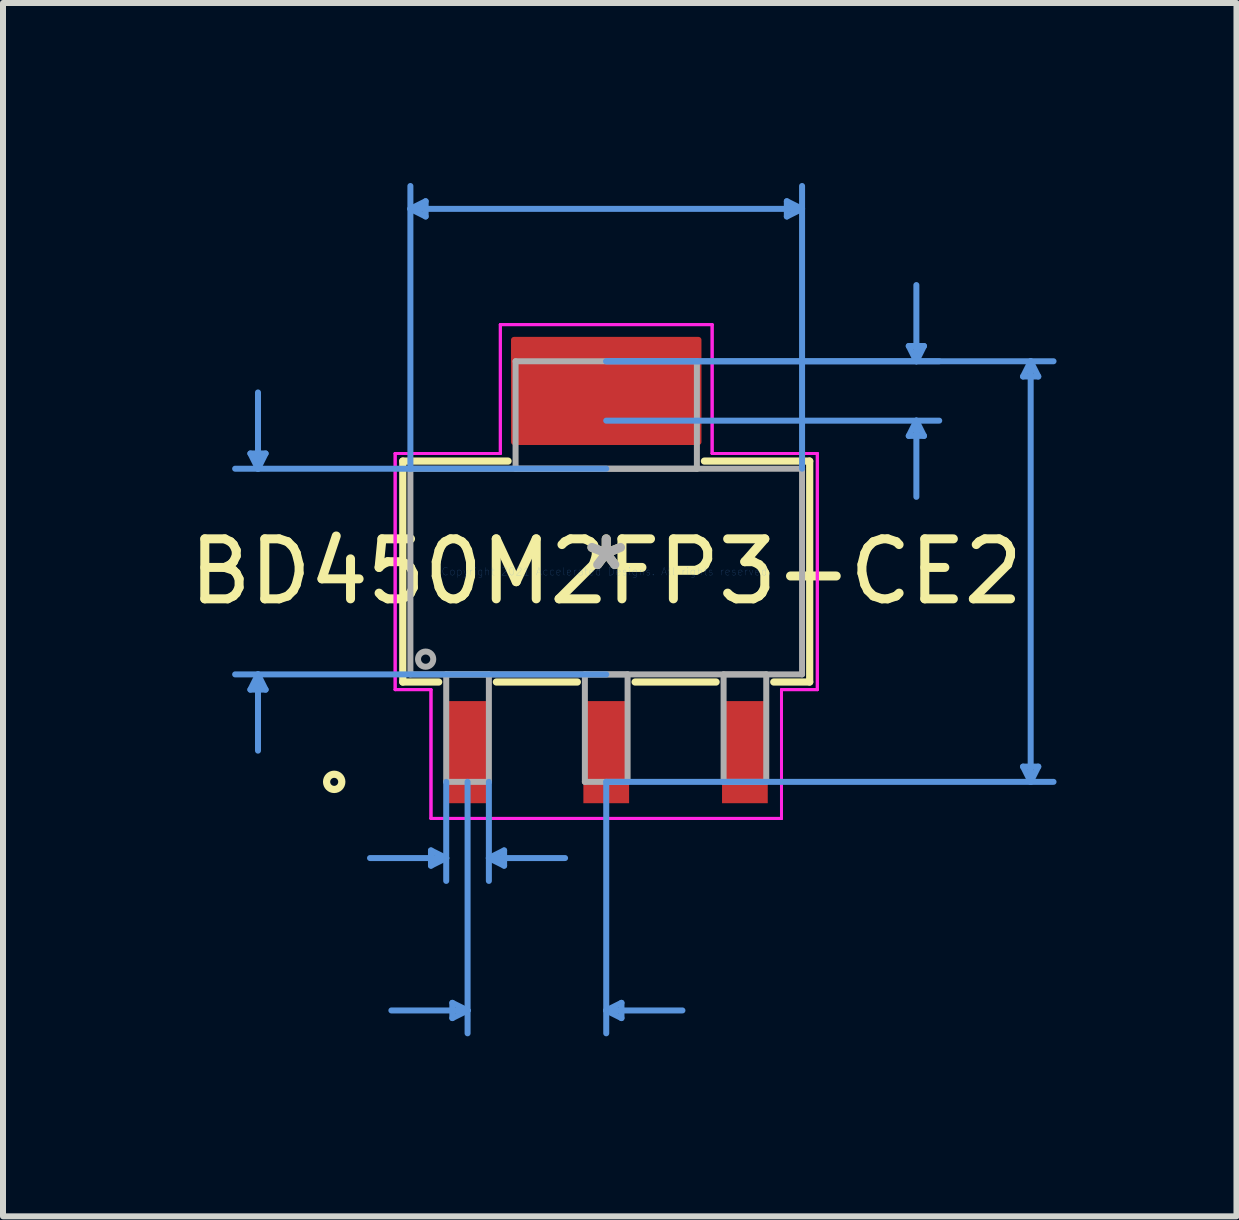
<source format=kicad_pcb>
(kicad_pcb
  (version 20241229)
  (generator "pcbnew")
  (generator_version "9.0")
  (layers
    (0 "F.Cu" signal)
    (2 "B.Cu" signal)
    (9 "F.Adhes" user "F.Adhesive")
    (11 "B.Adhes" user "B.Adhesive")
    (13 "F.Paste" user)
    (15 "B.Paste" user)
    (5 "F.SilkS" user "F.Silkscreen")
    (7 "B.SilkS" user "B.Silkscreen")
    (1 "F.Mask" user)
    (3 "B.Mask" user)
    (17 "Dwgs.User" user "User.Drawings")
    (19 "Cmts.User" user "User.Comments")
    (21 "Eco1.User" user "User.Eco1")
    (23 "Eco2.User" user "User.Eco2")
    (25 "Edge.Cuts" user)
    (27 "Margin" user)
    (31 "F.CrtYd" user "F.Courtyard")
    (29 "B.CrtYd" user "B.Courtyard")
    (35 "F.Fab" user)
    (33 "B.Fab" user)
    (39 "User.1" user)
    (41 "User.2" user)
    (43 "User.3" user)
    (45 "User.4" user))
  (footprint "BD450M2FP3-CE2"
    (layer "F.Cu")
    (at 7.054 6.476)
    (property "Reference" "BD450M2FP3-CE2" (at 0 0 0) (layer "F.SilkS") (effects (font (size 1 1) (thickness 0.15))))
    (attr through_hole)
    (fp_poly (pts (xy 1.537 -3.861) (xy -1.537 -3.861) (xy -1.537 -2.159) (xy 1.537 -2.159)) (stroke (width 0.1) (type solid)) (fill yes) (layer "F.Cu"))
    (fp_poly (pts (xy 1.562 -4.216) (xy -1.562 -4.216) (xy -1.562 -1.803) (xy 1.562 -1.803)) (stroke (width 0.1) (type solid)) (fill yes) (layer "F.Mask"))
    (fp_line (start -3.391 -1.841) (end -3.391 1.841) (stroke (width 0.12) (type solid)) (layer "F.SilkS"))
    (fp_line (start -3.391 1.841) (end -2.792 1.841) (stroke (width 0.12) (type solid)) (layer "F.SilkS"))
    (fp_line (start -1.831 1.841) (end -0.481 1.841) (stroke (width 0.12) (type solid)) (layer "F.SilkS"))
    (fp_line (start -1.636 -1.841) (end -3.391 -1.841) (stroke (width 0.12) (type solid)) (layer "F.SilkS"))
    (fp_line (start 0.481 1.841) (end 1.831 1.841) (stroke (width 0.12) (type solid)) (layer "F.SilkS"))
    (fp_line (start 2.792 1.841) (end 3.391 1.841) (stroke (width 0.12) (type solid)) (layer "F.SilkS"))
    (fp_line (start 3.391 -1.841) (end 1.636 -1.841) (stroke (width 0.12) (type solid)) (layer "F.SilkS"))
    (fp_line (start 3.391 1.841) (end 3.391 -1.841) (stroke (width 0.12) (type solid)) (layer "F.SilkS"))
    (fp_circle (center -4.534 3.505) (end -4.407 3.505) (stroke (width 0.12) (type solid)) (fill no) (layer "F.SilkS"))
    (fp_poly (pts (xy 1.537 -3.861) (xy -1.537 -3.861) (xy -1.537 -2.159) (xy 1.537 -2.159)) (stroke (width 0.1) (type solid)) (fill yes) (layer "F.Paste"))
    (fp_line (start -5.931 -1.968) (end -5.677 -1.968) (stroke (width 0.1) (type solid)) (layer "Cmts.User"))
    (fp_line (start -5.931 1.968) (end -5.677 1.968) (stroke (width 0.1) (type solid)) (layer "Cmts.User"))
    (fp_line (start -5.804 -1.714) (end -5.931 -1.968) (stroke (width 0.1) (type solid)) (layer "Cmts.User"))
    (fp_line (start -5.804 -1.714) (end -5.804 -2.985) (stroke (width 0.1) (type solid)) (layer "Cmts.User"))
    (fp_line (start -5.804 -1.714) (end -5.677 -1.968) (stroke (width 0.1) (type solid)) (layer "Cmts.User"))
    (fp_line (start -5.804 1.714) (end -5.931 1.968) (stroke (width 0.1) (type solid)) (layer "Cmts.User"))
    (fp_line (start -5.804 1.714) (end -5.804 2.985) (stroke (width 0.1) (type solid)) (layer "Cmts.User"))
    (fp_line (start -5.804 1.714) (end -5.677 1.968) (stroke (width 0.1) (type solid)) (layer "Cmts.User"))
    (fp_line (start -3.264 -6.045) (end -3.01 -6.172) (stroke (width 0.1) (type solid)) (layer "Cmts.User"))
    (fp_line (start -3.264 -6.045) (end -3.01 -5.918) (stroke (width 0.1) (type solid)) (layer "Cmts.User"))
    (fp_line (start -3.264 -6.045) (end 3.264 -6.045) (stroke (width 0.1) (type solid)) (layer "Cmts.User"))
    (fp_line (start -3.264 -1.714) (end -3.264 -6.426) (stroke (width 0.1) (type solid)) (layer "Cmts.User"))
    (fp_line (start -3.01 -6.172) (end -3.01 -5.918) (stroke (width 0.1) (type solid)) (layer "Cmts.User"))
    (fp_line (start -2.921 4.648) (end -2.921 4.902) (stroke (width 0.1) (type solid)) (layer "Cmts.User"))
    (fp_line (start -2.667 3.505) (end -2.667 5.156) (stroke (width 0.1) (type solid)) (layer "Cmts.User"))
    (fp_line (start -2.667 4.775) (end -3.937 4.775) (stroke (width 0.1) (type solid)) (layer "Cmts.User"))
    (fp_line (start -2.667 4.775) (end -2.921 4.648) (stroke (width 0.1) (type solid)) (layer "Cmts.User"))
    (fp_line (start -2.667 4.775) (end -2.921 4.902) (stroke (width 0.1) (type solid)) (layer "Cmts.User"))
    (fp_line (start -2.565 7.188) (end -2.565 7.442) (stroke (width 0.1) (type solid)) (layer "Cmts.User"))
    (fp_line (start -2.311 3.505) (end -2.311 7.696) (stroke (width 0.1) (type solid)) (layer "Cmts.User"))
    (fp_line (start -2.311 7.315) (end -3.581 7.315) (stroke (width 0.1) (type solid)) (layer "Cmts.User"))
    (fp_line (start -2.311 7.315) (end -2.565 7.188) (stroke (width 0.1) (type solid)) (layer "Cmts.User"))
    (fp_line (start -2.311 7.315) (end -2.565 7.442) (stroke (width 0.1) (type solid)) (layer "Cmts.User"))
    (fp_line (start -1.956 3.505) (end -1.956 5.156) (stroke (width 0.1) (type solid)) (layer "Cmts.User"))
    (fp_line (start -1.956 4.775) (end -1.702 4.648) (stroke (width 0.1) (type solid)) (layer "Cmts.User"))
    (fp_line (start -1.956 4.775) (end -1.702 4.902) (stroke (width 0.1) (type solid)) (layer "Cmts.User"))
    (fp_line (start -1.956 4.775) (end -0.686 4.775) (stroke (width 0.1) (type solid)) (layer "Cmts.User"))
    (fp_line (start -1.702 4.648) (end -1.702 4.902) (stroke (width 0.1) (type solid)) (layer "Cmts.User"))
    (fp_line (start 0 -3.505) (end 5.55 -3.505) (stroke (width 0.1) (type solid)) (layer "Cmts.User"))
    (fp_line (start 0 -3.505) (end 7.455 -3.505) (stroke (width 0.1) (type solid)) (layer "Cmts.User"))
    (fp_line (start 0 -2.515) (end 5.55 -2.515) (stroke (width 0.1) (type solid)) (layer "Cmts.User"))
    (fp_line (start 0 -1.714) (end -6.185 -1.714) (stroke (width 0.1) (type solid)) (layer "Cmts.User"))
    (fp_line (start 0 1.714) (end -6.185 1.714) (stroke (width 0.1) (type solid)) (layer "Cmts.User"))
    (fp_line (start 0 3.505) (end 0 7.696) (stroke (width 0.1) (type solid)) (layer "Cmts.User"))
    (fp_line (start 0 3.505) (end 7.455 3.505) (stroke (width 0.1) (type solid)) (layer "Cmts.User"))
    (fp_line (start 0 7.315) (end 0.254 7.188) (stroke (width 0.1) (type solid)) (layer "Cmts.User"))
    (fp_line (start 0 7.315) (end 0.254 7.442) (stroke (width 0.1) (type solid)) (layer "Cmts.User"))
    (fp_line (start 0 7.315) (end 1.27 7.315) (stroke (width 0.1) (type solid)) (layer "Cmts.User"))
    (fp_line (start 0.254 7.188) (end 0.254 7.442) (stroke (width 0.1) (type solid)) (layer "Cmts.User"))
    (fp_line (start 3.01 -6.172) (end 3.01 -5.918) (stroke (width 0.1) (type solid)) (layer "Cmts.User"))
    (fp_line (start 3.264 -6.045) (end 3.01 -6.172) (stroke (width 0.1) (type solid)) (layer "Cmts.User"))
    (fp_line (start 3.264 -6.045) (end 3.01 -5.918) (stroke (width 0.1) (type solid)) (layer "Cmts.User"))
    (fp_line (start 3.264 -1.714) (end 3.264 -6.426) (stroke (width 0.1) (type solid)) (layer "Cmts.User"))
    (fp_line (start 5.042 -3.759) (end 5.296 -3.759) (stroke (width 0.1) (type solid)) (layer "Cmts.User"))
    (fp_line (start 5.042 -2.261) (end 5.296 -2.261) (stroke (width 0.1) (type solid)) (layer "Cmts.User"))
    (fp_line (start 5.169 -3.505) (end 5.042 -3.759) (stroke (width 0.1) (type solid)) (layer "Cmts.User"))
    (fp_line (start 5.169 -3.505) (end 5.169 -4.775) (stroke (width 0.1) (type solid)) (layer "Cmts.User"))
    (fp_line (start 5.169 -3.505) (end 5.296 -3.759) (stroke (width 0.1) (type solid)) (layer "Cmts.User"))
    (fp_line (start 5.169 -2.515) (end 5.042 -2.261) (stroke (width 0.1) (type solid)) (layer "Cmts.User"))
    (fp_line (start 5.169 -2.515) (end 5.169 -1.245) (stroke (width 0.1) (type solid)) (layer "Cmts.User"))
    (fp_line (start 5.169 -2.515) (end 5.296 -2.261) (stroke (width 0.1) (type solid)) (layer "Cmts.User"))
    (fp_line (start 6.947 -3.251) (end 7.201 -3.251) (stroke (width 0.1) (type solid)) (layer "Cmts.User"))
    (fp_line (start 6.947 3.251) (end 7.201 3.251) (stroke (width 0.1) (type solid)) (layer "Cmts.User"))
    (fp_line (start 7.074 -3.505) (end 6.947 -3.251) (stroke (width 0.1) (type solid)) (layer "Cmts.User"))
    (fp_line (start 7.074 -3.505) (end 7.074 3.505) (stroke (width 0.1) (type solid)) (layer "Cmts.User"))
    (fp_line (start 7.074 -3.505) (end 7.201 -3.251) (stroke (width 0.1) (type solid)) (layer "Cmts.User"))
    (fp_line (start 7.074 3.505) (end 6.947 3.251) (stroke (width 0.1) (type solid)) (layer "Cmts.User"))
    (fp_line (start 7.074 3.505) (end 7.201 3.251) (stroke (width 0.1) (type solid)) (layer "Cmts.User"))
    (fp_line (start -3.518 -1.968) (end -1.765 -1.968) (stroke (width 0.05) (type solid)) (layer "F.CrtYd"))
    (fp_line (start -3.518 -1.968) (end -1.765 -1.968) (stroke (width 0.05) (type solid)) (layer "F.CrtYd"))
    (fp_line (start -3.518 1.968) (end -3.518 -1.968) (stroke (width 0.05) (type solid)) (layer "F.CrtYd"))
    (fp_line (start -3.518 1.968) (end -3.518 -1.968) (stroke (width 0.05) (type solid)) (layer "F.CrtYd"))
    (fp_line (start -2.921 1.968) (end -3.518 1.968) (stroke (width 0.05) (type solid)) (layer "F.CrtYd"))
    (fp_line (start -2.921 1.968) (end -3.518 1.968) (stroke (width 0.05) (type solid)) (layer "F.CrtYd"))
    (fp_line (start -2.921 4.115) (end -2.921 1.968) (stroke (width 0.05) (type solid)) (layer "F.CrtYd"))
    (fp_line (start -2.921 4.115) (end -2.921 1.968) (stroke (width 0.05) (type solid)) (layer "F.CrtYd"))
    (fp_line (start -1.765 -4.115) (end 1.765 -4.115) (stroke (width 0.05) (type solid)) (layer "F.CrtYd"))
    (fp_line (start -1.765 -4.115) (end 1.765 -4.115) (stroke (width 0.05) (type solid)) (layer "F.CrtYd"))
    (fp_line (start -1.765 -1.968) (end -1.765 -4.115) (stroke (width 0.05) (type solid)) (layer "F.CrtYd"))
    (fp_line (start -1.765 -1.968) (end -1.765 -4.115) (stroke (width 0.05) (type solid)) (layer "F.CrtYd"))
    (fp_line (start 1.765 -4.115) (end 1.765 -1.968) (stroke (width 0.05) (type solid)) (layer "F.CrtYd"))
    (fp_line (start 1.765 -4.115) (end 1.765 -1.968) (stroke (width 0.05) (type solid)) (layer "F.CrtYd"))
    (fp_line (start 1.765 -1.968) (end 3.518 -1.968) (stroke (width 0.05) (type solid)) (layer "F.CrtYd"))
    (fp_line (start 1.765 -1.968) (end 3.518 -1.968) (stroke (width 0.05) (type solid)) (layer "F.CrtYd"))
    (fp_line (start 2.921 1.968) (end 2.921 4.115) (stroke (width 0.05) (type solid)) (layer "F.CrtYd"))
    (fp_line (start 2.921 1.968) (end 2.921 4.115) (stroke (width 0.05) (type solid)) (layer "F.CrtYd"))
    (fp_line (start 2.921 4.115) (end -2.921 4.115) (stroke (width 0.05) (type solid)) (layer "F.CrtYd"))
    (fp_line (start 2.921 4.115) (end -2.921 4.115) (stroke (width 0.05) (type solid)) (layer "F.CrtYd"))
    (fp_line (start 3.518 -1.968) (end 3.518 1.968) (stroke (width 0.05) (type solid)) (layer "F.CrtYd"))
    (fp_line (start 3.518 -1.968) (end 3.518 1.968) (stroke (width 0.05) (type solid)) (layer "F.CrtYd"))
    (fp_line (start 3.518 1.968) (end 2.921 1.968) (stroke (width 0.05) (type solid)) (layer "F.CrtYd"))
    (fp_line (start 3.518 1.968) (end 2.921 1.968) (stroke (width 0.05) (type solid)) (layer "F.CrtYd"))
    (fp_line (start -3.264 -1.714) (end -3.264 1.714) (stroke (width 0.1) (type solid)) (layer "F.Fab"))
    (fp_line (start -3.264 1.714) (end 3.264 1.714) (stroke (width 0.1) (type solid)) (layer "F.Fab"))
    (fp_line (start -2.667 1.714) (end -2.667 3.505) (stroke (width 0.1) (type solid)) (layer "F.Fab"))
    (fp_line (start -2.667 3.505) (end -1.956 3.505) (stroke (width 0.1) (type solid)) (layer "F.Fab"))
    (fp_line (start -1.956 1.714) (end -2.667 1.714) (stroke (width 0.1) (type solid)) (layer "F.Fab"))
    (fp_line (start -1.956 3.505) (end -1.956 1.714) (stroke (width 0.1) (type solid)) (layer "F.Fab"))
    (fp_line (start -1.511 -3.505) (end -1.511 -1.714) (stroke (width 0.1) (type solid)) (layer "F.Fab"))
    (fp_line (start -1.511 -1.714) (end 1.511 -1.714) (stroke (width 0.1) (type solid)) (layer "F.Fab"))
    (fp_line (start -0.356 1.714) (end -0.356 3.505) (stroke (width 0.1) (type solid)) (layer "F.Fab"))
    (fp_line (start -0.356 3.505) (end 0.356 3.505) (stroke (width 0.1) (type solid)) (layer "F.Fab"))
    (fp_line (start 0.356 1.714) (end -0.356 1.714) (stroke (width 0.1) (type solid)) (layer "F.Fab"))
    (fp_line (start 0.356 3.505) (end 0.356 1.714) (stroke (width 0.1) (type solid)) (layer "F.Fab"))
    (fp_line (start 1.511 -3.505) (end -1.511 -3.505) (stroke (width 0.1) (type solid)) (layer "F.Fab"))
    (fp_line (start 1.511 -1.714) (end 1.511 -3.505) (stroke (width 0.1) (type solid)) (layer "F.Fab"))
    (fp_line (start 1.956 1.714) (end 1.956 3.505) (stroke (width 0.1) (type solid)) (layer "F.Fab"))
    (fp_line (start 1.956 3.505) (end 2.667 3.505) (stroke (width 0.1) (type solid)) (layer "F.Fab"))
    (fp_line (start 2.667 1.714) (end 1.956 1.714) (stroke (width 0.1) (type solid)) (layer "F.Fab"))
    (fp_line (start 2.667 3.505) (end 2.667 1.714) (stroke (width 0.1) (type solid)) (layer "F.Fab"))
    (fp_line (start 3.264 -1.714) (end -3.264 -1.714) (stroke (width 0.1) (type solid)) (layer "F.Fab"))
    (fp_line (start 3.264 1.714) (end 3.264 -1.714) (stroke (width 0.1) (type solid)) (layer "F.Fab"))
    (fp_circle (center -3.01 1.46) (end -2.883 1.46) (stroke (width 0.1) (type solid)) (fill no) (layer "F.Fab"))
    (fp_text user "*" (at 0 0 0) (layer "F.SilkS") (effects (font (size 1 1) (thickness 0.15))))
    (fp_text user "Copyright 2021 Accelerated Designs. All rights reserved." (at 0 0 0) (layer "Cmts.User") (effects (font (size 0.127 0.127) (thickness 0.002))))
    (fp_text user "*" (at 0 0 0) (layer "F.Fab") (effects (font (size 1 1) (thickness 0.15))))
    (pad "1" smd rect (at -2.311 3.01) (size 0.762 1.702) (layers "F.Cu" "F.Mask" "F.Paste"))
    (pad "2" smd rect (at 0 3.01) (size 0.762 1.702) (layers "F.Cu" "F.Mask" "F.Paste"))
    (pad "3" smd rect (at 2.311 3.01) (size 0.762 1.702) (layers "F.Cu" "F.Mask" "F.Paste")))
  (gr_rect
    (start -3 -3)
    (end 17.558 17.222)
    (stroke (width 0.1) (type default))
    (fill no)
    (layer "Edge.Cuts")))
</source>
